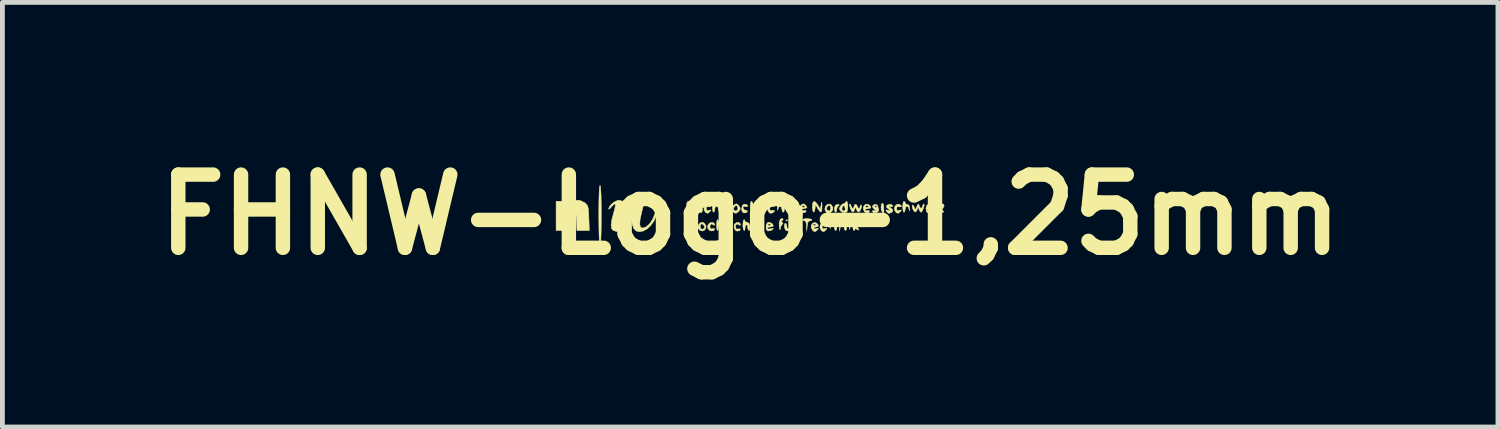
<source format=kicad_pcb>
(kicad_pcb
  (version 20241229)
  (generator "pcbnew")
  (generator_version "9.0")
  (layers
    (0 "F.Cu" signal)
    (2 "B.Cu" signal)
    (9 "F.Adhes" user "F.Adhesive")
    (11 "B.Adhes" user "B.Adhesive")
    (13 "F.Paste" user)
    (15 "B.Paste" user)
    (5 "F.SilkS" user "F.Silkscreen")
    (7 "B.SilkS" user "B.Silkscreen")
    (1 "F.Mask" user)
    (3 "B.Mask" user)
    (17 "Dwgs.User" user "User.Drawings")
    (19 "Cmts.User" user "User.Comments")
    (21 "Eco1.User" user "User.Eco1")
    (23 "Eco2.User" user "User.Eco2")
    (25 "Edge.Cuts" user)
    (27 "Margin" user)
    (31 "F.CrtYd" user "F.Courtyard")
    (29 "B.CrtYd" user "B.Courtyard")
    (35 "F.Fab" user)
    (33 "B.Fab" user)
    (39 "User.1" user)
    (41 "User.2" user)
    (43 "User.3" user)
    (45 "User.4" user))
  (footprint "FHNW-Logo-1,25mm"
    (layer "F.Cu")
    (at 12.562 1.418)
    (property "Reference" "FHNW-Logo-1,25mm" (at 0 0 0) (layer "F.SilkS") (effects (font (size 1.524 1.524) (thickness 0.3))))
    (attr through_hole)
    (fp_poly (pts (xy 0.838 0.114) (xy 0.826 0.127) (xy 0.813 0.114) (xy 0.826 0.102) (xy 0.838 0.114)) (stroke (width 0.01) (type solid)) (fill yes) (layer "F.SilkS"))
    (fp_poly (pts (xy 0.779 0.11) (xy 0.775 0.125) (xy 0.762 0.127) (xy 0.741 0.118) (xy 0.745 0.11) (xy 0.775 0.107) (xy 0.779 0.11)) (stroke (width 0.01) (type solid)) (fill yes) (layer "F.SilkS"))
    (fp_poly (pts (xy 2.074 0.085) (xy 2.077 0.115) (xy 2.074 0.119) (xy 2.059 0.115) (xy 2.057 0.102) (xy 2.067 0.081) (xy 2.074 0.085)) (stroke (width 0.01) (type solid)) (fill yes) (layer "F.SilkS"))
    (fp_poly (pts (xy 3.878 -0.271) (xy 3.874 -0.256) (xy 3.861 -0.254) (xy 3.84 -0.263) (xy 3.844 -0.271) (xy 3.874 -0.274) (xy 3.878 -0.271)) (stroke (width 0.01) (type solid)) (fill yes) (layer "F.SilkS"))
    (fp_poly (pts (xy 0.272 0.159) (xy 0.276 0.234) (xy 0.272 0.286) (xy 0.266 0.296) (xy 0.262 0.263) (xy 0.261 0.216) (xy 0.263 0.158) (xy 0.268 0.141) (xy 0.272 0.159)) (stroke (width 0.01) (type solid)) (fill yes) (layer "F.SilkS"))
    (fp_poly (pts (xy 2.075 0.197) (xy 2.079 0.263) (xy 2.075 0.299) (xy 2.068 0.305) (xy 2.064 0.268) (xy 2.064 0.241) (xy 2.066 0.192) (xy 2.072 0.185) (xy 2.075 0.197)) (stroke (width 0.01) (type solid)) (fill yes) (layer "F.SilkS"))
    (fp_poly (pts (xy 0.98 -0.257) (xy 0.989 -0.199) (xy 0.991 -0.165) (xy 0.986 -0.097) (xy 0.973 -0.056) (xy 0.965 -0.051) (xy 0.95 -0.074) (xy 0.941 -0.131) (xy 0.94 -0.165) (xy 0.945 -0.233) (xy 0.958 -0.274) (xy 0.965 -0.279) (xy 0.98 -0.257)) (stroke (width 0.01) (type solid)) (fill yes) (layer "F.SilkS"))
    (fp_poly (pts (xy 1.854 -0.201) (xy 1.835 -0.178) (xy 1.829 -0.178) (xy 1.81 -0.156) (xy 1.803 -0.114) (xy 1.795 -0.067) (xy 1.778 -0.051) (xy 1.76 -0.073) (xy 1.753 -0.124) (xy 1.766 -0.185) (xy 1.803 -0.211) (xy 1.844 -0.212) (xy 1.854 -0.201)) (stroke (width 0.01) (type solid)) (fill yes) (layer "F.SilkS"))
    (fp_poly (pts (xy 3.879 -0.181) (xy 3.886 -0.128) (xy 3.886 -0.127) (xy 3.879 -0.073) (xy 3.861 -0.051) (xy 3.861 -0.051) (xy 3.843 -0.073) (xy 3.835 -0.126) (xy 3.835 -0.127) (xy 3.843 -0.181) (xy 3.86 -0.203) (xy 3.861 -0.203) (xy 3.879 -0.181)) (stroke (width 0.01) (type solid)) (fill yes) (layer "F.SilkS"))
    (fp_poly (pts (xy 1.009 0.169) (xy 1.016 0.18) (xy 0.997 0.203) (xy 0.991 0.203) (xy 0.972 0.225) (xy 0.965 0.267) (xy 0.956 0.314) (xy 0.938 0.33) (xy 0.922 0.308) (xy 0.919 0.254) (xy 0.919 0.25) (xy 0.939 0.184) (xy 0.972 0.163) (xy 1.009 0.169)) (stroke (width 0.01) (type solid)) (fill yes) (layer "F.SilkS"))
    (fp_poly (pts (xy 2.77 -0.219) (xy 2.78 -0.162) (xy 2.781 -0.133) (xy 2.782 -0.067) (xy 2.781 -0.029) (xy 2.779 -0.025) (xy 2.762 -0.042) (xy 2.744 -0.062) (xy 2.727 -0.106) (xy 2.723 -0.165) (xy 2.732 -0.217) (xy 2.752 -0.241) (xy 2.755 -0.241) (xy 2.77 -0.219)) (stroke (width 0.01) (type solid)) (fill yes) (layer "F.SilkS"))
    (fp_poly (pts (xy 0.069 0.222) (xy 0.088 0.281) (xy 0.116 0.305) (xy 0.142 0.292) (xy 0.152 0.241) (xy 0.161 0.194) (xy 0.178 0.178) (xy 0.196 0.2) (xy 0.203 0.251) (xy 0.184 0.315) (xy 0.134 0.343) (xy 0.083 0.337) (xy 0.061 0.305) (xy 0.055 0.24) (xy 0.055 0.233) (xy 0.059 0.14) (xy 0.069 0.222)) (stroke (width 0.01) (type solid)) (fill yes) (layer "F.SilkS"))
    (fp_poly (pts (xy 0.685 0.096) (xy 0.686 0.102) (xy 0.666 0.125) (xy 0.654 0.127) (xy 0.641 0.136) (xy 0.66 0.153) (xy 0.683 0.18) (xy 0.669 0.197) (xy 0.643 0.235) (xy 0.63 0.279) (xy 0.623 0.315) (xy 0.616 0.306) (xy 0.605 0.254) (xy 0.603 0.173) (xy 0.62 0.11) (xy 0.652 0.078) (xy 0.661 0.076) (xy 0.685 0.096)) (stroke (width 0.01) (type solid)) (fill yes) (layer "F.SilkS"))
    (fp_poly (pts (xy 0.885 -0.149) (xy 0.878 -0.074) (xy 0.849 -0.041) (xy 0.81 -0.028) (xy 0.787 -0.036) (xy 0.767 -0.056) (xy 0.745 -0.098) (xy 0.737 -0.15) (xy 0.746 -0.192) (xy 0.762 -0.203) (xy 0.781 -0.181) (xy 0.787 -0.14) (xy 0.799 -0.088) (xy 0.825 -0.076) (xy 0.853 -0.102) (xy 0.871 -0.159) (xy 0.881 -0.241) (xy 0.885 -0.149)) (stroke (width 0.01) (type solid)) (fill yes) (layer "F.SilkS"))
    (fp_poly (pts (xy 1.224 0.084) (xy 1.271 0.094) (xy 1.284 0.104) (xy 1.275 0.122) (xy 1.248 0.127) (xy 1.214 0.137) (xy 1.195 0.174) (xy 1.187 0.235) (xy 1.177 0.343) (xy 1.173 0.235) (xy 1.163 0.161) (xy 1.142 0.129) (xy 1.13 0.127) (xy 1.096 0.115) (xy 1.092 0.104) (xy 1.114 0.089) (xy 1.165 0.082) (xy 1.224 0.084)) (stroke (width 0.01) (type solid)) (fill yes) (layer "F.SilkS"))
    (fp_poly (pts (xy -0.053 -0.192) (xy -0.051 -0.179) (xy -0.071 -0.167) (xy -0.104 -0.171) (xy -0.144 -0.173) (xy -0.149 -0.143) (xy -0.148 -0.137) (xy -0.12 -0.098) (xy -0.093 -0.093) (xy -0.06 -0.083) (xy -0.057 -0.069) (xy -0.091 -0.036) (xy -0.146 -0.042) (xy -0.172 -0.076) (xy -0.177 -0.132) (xy -0.164 -0.186) (xy -0.137 -0.213) (xy -0.085 -0.218) (xy -0.053 -0.192)) (stroke (width 0.01) (type solid)) (fill yes) (layer "F.SilkS"))
    (fp_poly (pts (xy 1.963 0.175) (xy 1.974 0.182) (xy 1.997 0.221) (xy 2.006 0.273) (xy 1.999 0.316) (xy 1.981 0.33) (xy 1.962 0.308) (xy 1.956 0.267) (xy 1.943 0.216) (xy 1.915 0.205) (xy 1.885 0.232) (xy 1.872 0.273) (xy 1.862 0.343) (xy 1.858 0.273) (xy 1.855 0.215) (xy 1.854 0.186) (xy 1.873 0.166) (xy 1.917 0.163) (xy 1.963 0.175)) (stroke (width 0.01) (type solid)) (fill yes) (layer "F.SilkS"))
    (fp_poly (pts (xy 4.03 -0.212) (xy 4.035 -0.173) (xy 4.007 -0.131) (xy 3.99 -0.099) (xy 4.013 -0.076) (xy 4.033 -0.057) (xy 4.007 -0.051) (xy 3.994 -0.051) (xy 3.949 -0.056) (xy 3.937 -0.065) (xy 3.948 -0.097) (xy 3.963 -0.129) (xy 3.977 -0.169) (xy 3.963 -0.178) (xy 3.938 -0.197) (xy 3.937 -0.203) (xy 3.958 -0.224) (xy 3.988 -0.229) (xy 4.03 -0.212)) (stroke (width 0.01) (type solid)) (fill yes) (layer "F.SilkS"))
    (fp_poly (pts (xy -0.758 0.17) (xy -0.737 0.204) (xy -0.737 0.206) (xy -0.746 0.222) (xy -0.771 0.207) (xy -0.811 0.191) (xy -0.834 0.222) (xy -0.838 0.26) (xy -0.827 0.295) (xy -0.787 0.292) (xy -0.747 0.289) (xy -0.737 0.3) (xy -0.757 0.331) (xy -0.804 0.339) (xy -0.846 0.326) (xy -0.883 0.281) (xy -0.882 0.223) (xy -0.851 0.178) (xy -0.803 0.16) (xy -0.758 0.17)) (stroke (width 0.01) (type solid)) (fill yes) (layer "F.SilkS"))
    (fp_poly (pts (xy -0.233 0.164) (xy -0.205 0.193) (xy -0.203 0.206) (xy -0.213 0.222) (xy -0.237 0.207) (xy -0.277 0.191) (xy -0.301 0.222) (xy -0.305 0.261) (xy -0.293 0.298) (xy -0.254 0.297) (xy -0.213 0.295) (xy -0.203 0.304) (xy -0.224 0.331) (xy -0.266 0.342) (xy -0.296 0.334) (xy -0.334 0.283) (xy -0.334 0.218) (xy -0.319 0.189) (xy -0.278 0.162) (xy -0.233 0.164)) (stroke (width 0.01) (type solid)) (fill yes) (layer "F.SilkS"))
    (fp_poly (pts (xy 0.86 0.214) (xy 0.861 0.232) (xy 0.856 0.299) (xy 0.831 0.331) (xy 0.815 0.337) (xy 0.762 0.335) (xy 0.739 0.322) (xy 0.718 0.281) (xy 0.712 0.229) (xy 0.721 0.188) (xy 0.737 0.178) (xy 0.755 0.2) (xy 0.762 0.243) (xy 0.772 0.291) (xy 0.796 0.297) (xy 0.823 0.266) (xy 0.842 0.214) (xy 0.852 0.169) (xy 0.857 0.168) (xy 0.86 0.214)) (stroke (width 0.01) (type solid)) (fill yes) (layer "F.SilkS"))
    (fp_poly (pts (xy -1.238 -0.276) (xy -1.192 -0.272) (xy -1.194 -0.266) (xy -1.213 -0.261) (xy -1.258 -0.24) (xy -1.27 -0.216) (xy -1.248 -0.185) (xy -1.213 -0.17) (xy -1.156 -0.159) (xy -1.213 -0.156) (xy -1.26 -0.137) (xy -1.27 -0.102) (xy -1.281 -0.06) (xy -1.295 -0.051) (xy -1.311 -0.074) (xy -1.32 -0.131) (xy -1.321 -0.165) (xy -1.319 -0.235) (xy -1.306 -0.268) (xy -1.274 -0.277) (xy -1.238 -0.276)) (stroke (width 0.01) (type solid)) (fill yes) (layer "F.SilkS"))
    (fp_poly (pts (xy 0.576 -0.247) (xy 0.597 -0.217) (xy 0.613 -0.218) (xy 0.65 -0.216) (xy 0.674 -0.202) (xy 0.7 -0.162) (xy 0.711 -0.11) (xy 0.705 -0.066) (xy 0.686 -0.051) (xy 0.667 -0.073) (xy 0.66 -0.114) (xy 0.648 -0.165) (xy 0.619 -0.176) (xy 0.59 -0.149) (xy 0.577 -0.108) (xy 0.571 -0.091) (xy 0.567 -0.118) (xy 0.566 -0.165) (xy 0.567 -0.228) (xy 0.572 -0.255) (xy 0.576 -0.247)) (stroke (width 0.01) (type solid)) (fill yes) (layer "F.SilkS"))
    (fp_poly (pts (xy 1.669 0.134) (xy 1.689 0.164) (xy 1.705 0.163) (xy 1.742 0.165) (xy 1.766 0.179) (xy 1.792 0.219) (xy 1.803 0.271) (xy 1.797 0.315) (xy 1.778 0.33) (xy 1.759 0.308) (xy 1.753 0.267) (xy 1.74 0.216) (xy 1.711 0.205) (xy 1.682 0.232) (xy 1.669 0.273) (xy 1.663 0.29) (xy 1.659 0.263) (xy 1.658 0.216) (xy 1.659 0.153) (xy 1.664 0.126) (xy 1.669 0.134)) (stroke (width 0.01) (type solid)) (fill yes) (layer "F.SilkS"))
    (fp_poly (pts (xy -0.854 -0.214) (xy -0.817 -0.188) (xy -0.819 -0.165) (xy -0.857 -0.163) (xy -0.864 -0.165) (xy -0.903 -0.167) (xy -0.914 -0.131) (xy -0.914 -0.127) (xy -0.906 -0.089) (xy -0.871 -0.087) (xy -0.857 -0.091) (xy -0.819 -0.1) (xy -0.821 -0.085) (xy -0.835 -0.067) (xy -0.876 -0.03) (xy -0.913 -0.037) (xy -0.935 -0.056) (xy -0.962 -0.109) (xy -0.955 -0.165) (xy -0.923 -0.206) (xy -0.872 -0.218) (xy -0.854 -0.214)) (stroke (width 0.01) (type solid)) (fill yes) (layer "F.SilkS"))
    (fp_poly (pts (xy 0.317 -0.197) (xy 0.323 -0.186) (xy 0.312 -0.166) (xy 0.275 -0.168) (xy 0.216 -0.179) (xy 0.273 -0.149) (xy 0.321 -0.109) (xy 0.325 -0.069) (xy 0.29 -0.041) (xy 0.25 -0.027) (xy 0.231 -0.032) (xy 0.22 -0.042) (xy 0.203 -0.075) (xy 0.23 -0.089) (xy 0.26 -0.086) (xy 0.318 -0.075) (xy 0.259 -0.105) (xy 0.218 -0.142) (xy 0.209 -0.176) (xy 0.235 -0.207) (xy 0.28 -0.215) (xy 0.317 -0.197)) (stroke (width 0.01) (type solid)) (fill yes) (layer "F.SilkS"))
    (fp_poly (pts (xy 0.467 -0.214) (xy 0.504 -0.188) (xy 0.499 -0.169) (xy 0.457 -0.17) (xy 0.418 -0.17) (xy 0.406 -0.131) (xy 0.406 -0.128) (xy 0.416 -0.088) (xy 0.452 -0.087) (xy 0.457 -0.089) (xy 0.499 -0.09) (xy 0.505 -0.069) (xy 0.473 -0.043) (xy 0.468 -0.041) (xy 0.429 -0.028) (xy 0.406 -0.036) (xy 0.386 -0.056) (xy 0.359 -0.109) (xy 0.365 -0.165) (xy 0.398 -0.206) (xy 0.449 -0.218) (xy 0.467 -0.214)) (stroke (width 0.01) (type solid)) (fill yes) (layer "F.SilkS"))
    (fp_poly (pts (xy 1.363 -0.261) (xy 1.41 -0.197) (xy 1.46 -0.114) (xy 1.476 -0.203) (xy 1.486 -0.252) (xy 1.491 -0.26) (xy 1.494 -0.221) (xy 1.495 -0.171) (xy 1.491 -0.089) (xy 1.474 -0.056) (xy 1.445 -0.072) (xy 1.404 -0.133) (xy 1.359 -0.216) (xy 1.351 -0.133) (xy 1.338 -0.07) (xy 1.321 -0.053) (xy 1.305 -0.078) (xy 1.296 -0.144) (xy 1.295 -0.165) (xy 1.303 -0.245) (xy 1.327 -0.277) (xy 1.363 -0.261)) (stroke (width 0.01) (type solid)) (fill yes) (layer "F.SilkS"))
    (fp_poly (pts (xy 1.579 0.17) (xy 1.6 0.204) (xy 1.6 0.206) (xy 1.59 0.222) (xy 1.566 0.207) (xy 1.526 0.191) (xy 1.503 0.222) (xy 1.499 0.26) (xy 1.508 0.294) (xy 1.546 0.293) (xy 1.556 0.29) (xy 1.594 0.281) (xy 1.592 0.296) (xy 1.578 0.314) (xy 1.537 0.351) (xy 1.5 0.344) (xy 1.478 0.325) (xy 1.45 0.266) (xy 1.464 0.203) (xy 1.486 0.178) (xy 1.534 0.16) (xy 1.579 0.17)) (stroke (width 0.01) (type solid)) (fill yes) (layer "F.SilkS"))
    (fp_poly (pts (xy 2.93 -0.214) (xy 2.969 -0.188) (xy 2.961 -0.169) (xy 2.915 -0.168) (xy 2.857 -0.179) (xy 2.915 -0.149) (xy 2.962 -0.109) (xy 2.967 -0.069) (xy 2.932 -0.041) (xy 2.891 -0.028) (xy 2.867 -0.038) (xy 2.842 -0.067) (xy 2.822 -0.096) (xy 2.84 -0.099) (xy 2.87 -0.091) (xy 2.934 -0.073) (xy 2.875 -0.121) (xy 2.836 -0.157) (xy 2.837 -0.183) (xy 2.852 -0.199) (xy 2.904 -0.217) (xy 2.93 -0.214)) (stroke (width 0.01) (type solid)) (fill yes) (layer "F.SilkS"))
    (fp_poly (pts (xy 3.108 -0.214) (xy 3.145 -0.188) (xy 3.143 -0.165) (xy 3.105 -0.163) (xy 3.099 -0.165) (xy 3.059 -0.167) (xy 3.048 -0.131) (xy 3.048 -0.127) (xy 3.056 -0.089) (xy 3.091 -0.087) (xy 3.105 -0.091) (xy 3.144 -0.1) (xy 3.141 -0.085) (xy 3.127 -0.067) (xy 3.086 -0.03) (xy 3.05 -0.037) (xy 3.028 -0.056) (xy 3 -0.109) (xy 3.007 -0.165) (xy 3.04 -0.206) (xy 3.09 -0.218) (xy 3.108 -0.214)) (stroke (width 0.01) (type solid)) (fill yes) (layer "F.SilkS"))
    (fp_poly (pts (xy -0.955 0.176) (xy -0.92 0.228) (xy -0.922 0.281) (xy -0.951 0.323) (xy -0.998 0.341) (xy -1.053 0.321) (xy -1.086 0.271) (xy -1.084 0.255) (xy -1.041 0.255) (xy -1.023 0.295) (xy -0.985 0.303) (xy -0.952 0.278) (xy -0.951 0.242) (xy -0.976 0.205) (xy -1.009 0.189) (xy -1.019 0.192) (xy -1.038 0.226) (xy -1.041 0.255) (xy -1.084 0.255) (xy -1.078 0.213) (xy -1.037 0.169) (xy -0.987 0.158) (xy -0.955 0.176)) (stroke (width 0.01) (type solid)) (fill yes) (layer "F.SilkS"))
    (fp_poly (pts (xy 0.048 -0.259) (xy 0.051 -0.244) (xy 0.071 -0.216) (xy 0.095 -0.212) (xy 0.127 -0.202) (xy 0.141 -0.157) (xy 0.143 -0.127) (xy 0.144 -0.078) (xy 0.141 -0.079) (xy 0.135 -0.108) (xy 0.114 -0.161) (xy 0.083 -0.177) (xy 0.057 -0.154) (xy 0.051 -0.114) (xy 0.042 -0.067) (xy 0.025 -0.051) (xy 0.01 -0.074) (xy 0.001 -0.131) (xy 0 -0.165) (xy 0.005 -0.233) (xy 0.018 -0.274) (xy 0.025 -0.279) (xy 0.048 -0.259)) (stroke (width 0.01) (type solid)) (fill yes) (layer "F.SilkS"))
    (fp_poly (pts (xy 3.223 -0.259) (xy 3.226 -0.244) (xy 3.246 -0.216) (xy 3.27 -0.212) (xy 3.302 -0.202) (xy 3.316 -0.157) (xy 3.318 -0.127) (xy 3.319 -0.078) (xy 3.316 -0.079) (xy 3.31 -0.108) (xy 3.289 -0.161) (xy 3.258 -0.177) (xy 3.232 -0.154) (xy 3.226 -0.114) (xy 3.217 -0.067) (xy 3.2 -0.051) (xy 3.185 -0.074) (xy 3.176 -0.131) (xy 3.175 -0.165) (xy 3.18 -0.233) (xy 3.193 -0.274) (xy 3.2 -0.279) (xy 3.223 -0.259)) (stroke (width 0.01) (type solid)) (fill yes) (layer "F.SilkS"))
    (fp_poly (pts (xy -0.739 -0.259) (xy -0.737 -0.244) (xy -0.716 -0.216) (xy -0.694 -0.212) (xy -0.656 -0.193) (xy -0.634 -0.133) (xy -0.628 -0.078) (xy -0.636 -0.051) (xy -0.638 -0.051) (xy -0.655 -0.073) (xy -0.66 -0.114) (xy -0.674 -0.165) (xy -0.699 -0.178) (xy -0.729 -0.156) (xy -0.737 -0.114) (xy -0.745 -0.067) (xy -0.762 -0.051) (xy -0.777 -0.074) (xy -0.786 -0.131) (xy -0.787 -0.165) (xy -0.782 -0.233) (xy -0.77 -0.274) (xy -0.762 -0.279) (xy -0.739 -0.259)) (stroke (width 0.01) (type solid)) (fill yes) (layer "F.SilkS"))
    (fp_poly (pts (xy -0.535 -0.259) (xy -0.533 -0.244) (xy -0.513 -0.216) (xy -0.491 -0.212) (xy -0.453 -0.193) (xy -0.43 -0.133) (xy -0.424 -0.078) (xy -0.433 -0.051) (xy -0.435 -0.051) (xy -0.452 -0.073) (xy -0.457 -0.114) (xy -0.47 -0.165) (xy -0.495 -0.178) (xy -0.526 -0.156) (xy -0.533 -0.114) (xy -0.54 -0.067) (xy -0.552 -0.051) (xy -0.564 -0.074) (xy -0.571 -0.131) (xy -0.572 -0.165) (xy -0.568 -0.233) (xy -0.558 -0.274) (xy -0.552 -0.279) (xy -0.535 -0.259)) (stroke (width 0.01) (type solid)) (fill yes) (layer "F.SilkS"))
    (fp_poly (pts (xy -3.116 -0.585) (xy -3.109 -0.511) (xy -3.103 -0.391) (xy -3.1 -0.227) (xy -3.099 -0.021) (xy -3.099 0.013) (xy -3.1 0.225) (xy -3.103 0.395) (xy -3.108 0.521) (xy -3.114 0.602) (xy -3.123 0.634) (xy -3.124 0.635) (xy -3.133 0.61) (xy -3.14 0.536) (xy -3.145 0.417) (xy -3.148 0.253) (xy -3.15 0.047) (xy -3.15 0.013) (xy -3.149 -0.199) (xy -3.146 -0.369) (xy -3.141 -0.496) (xy -3.134 -0.577) (xy -3.126 -0.609) (xy -3.124 -0.61) (xy -3.116 -0.585)) (stroke (width 0.01) (type solid)) (fill yes) (layer "F.SilkS"))
    (fp_poly (pts (xy -0.662 0.122) (xy -0.66 0.139) (xy -0.643 0.165) (xy -0.625 0.163) (xy -0.582 0.168) (xy -0.57 0.18) (xy -0.551 0.229) (xy -0.544 0.284) (xy -0.551 0.323) (xy -0.561 0.33) (xy -0.578 0.308) (xy -0.584 0.267) (xy -0.597 0.216) (xy -0.622 0.203) (xy -0.653 0.225) (xy -0.66 0.267) (xy -0.667 0.314) (xy -0.679 0.33) (xy -0.691 0.307) (xy -0.698 0.25) (xy -0.699 0.216) (xy -0.695 0.148) (xy -0.685 0.107) (xy -0.679 0.102) (xy -0.662 0.122)) (stroke (width 0.01) (type solid)) (fill yes) (layer "F.SilkS"))
    (fp_poly (pts (xy -0.244 -0.198) (xy -0.24 -0.192) (xy -0.208 -0.14) (xy -0.213 -0.101) (xy -0.243 -0.065) (xy -0.291 -0.03) (xy -0.331 -0.038) (xy -0.355 -0.062) (xy -0.374 -0.114) (xy -0.348 -0.114) (xy -0.344 -0.103) (xy -0.307 -0.077) (xy -0.269 -0.088) (xy -0.254 -0.126) (xy -0.264 -0.173) (xy -0.277 -0.189) (xy -0.308 -0.185) (xy -0.337 -0.153) (xy -0.348 -0.114) (xy -0.374 -0.114) (xy -0.377 -0.123) (xy -0.356 -0.184) (xy -0.322 -0.213) (xy -0.28 -0.226) (xy -0.244 -0.198)) (stroke (width 0.01) (type solid)) (fill yes) (layer "F.SilkS"))
    (fp_poly (pts (xy -0.11 0.117) (xy -0.113 0.125) (xy -0.104 0.146) (xy -0.07 0.157) (xy -0.027 0.176) (xy -0.007 0.227) (xy -0.005 0.248) (xy -0.006 0.304) (xy -0.022 0.33) (xy -0.024 0.33) (xy -0.044 0.308) (xy -0.051 0.265) (xy -0.061 0.217) (xy -0.083 0.21) (xy -0.105 0.24) (xy -0.106 0.275) (xy -0.11 0.318) (xy -0.125 0.33) (xy -0.142 0.307) (xy -0.151 0.249) (xy -0.152 0.216) (xy -0.147 0.147) (xy -0.133 0.107) (xy -0.126 0.102) (xy -0.11 0.117)) (stroke (width 0.01) (type solid)) (fill yes) (layer "F.SilkS"))
    (fp_poly (pts (xy 1.687 -0.205) (xy 1.723 -0.15) (xy 1.717 -0.091) (xy 1.678 -0.052) (xy 1.63 -0.029) (xy 1.602 -0.034) (xy 1.576 -0.062) (xy 1.554 -0.117) (xy 1.555 -0.124) (xy 1.589 -0.124) (xy 1.592 -0.112) (xy 1.622 -0.08) (xy 1.657 -0.083) (xy 1.676 -0.119) (xy 1.676 -0.123) (xy 1.668 -0.171) (xy 1.66 -0.186) (xy 1.63 -0.189) (xy 1.601 -0.163) (xy 1.589 -0.124) (xy 1.555 -0.124) (xy 1.565 -0.171) (xy 1.6 -0.21) (xy 1.647 -0.223) (xy 1.687 -0.205)) (stroke (width 0.01) (type solid)) (fill yes) (layer "F.SilkS"))
    (fp_poly (pts (xy 2.179 0.123) (xy 2.184 0.156) (xy 2.19 0.192) (xy 2.214 0.185) (xy 2.223 0.178) (xy 2.253 0.163) (xy 2.259 0.181) (xy 2.236 0.217) (xy 2.233 0.221) (xy 2.219 0.251) (xy 2.233 0.265) (xy 2.259 0.3) (xy 2.261 0.309) (xy 2.246 0.32) (xy 2.223 0.305) (xy 2.191 0.288) (xy 2.184 0.302) (xy 2.167 0.329) (xy 2.159 0.33) (xy 2.144 0.307) (xy 2.135 0.25) (xy 2.134 0.216) (xy 2.139 0.148) (xy 2.151 0.107) (xy 2.159 0.102) (xy 2.179 0.123)) (stroke (width 0.01) (type solid)) (fill yes) (layer "F.SilkS"))
    (fp_poly (pts (xy 2.477 -0.203) (xy 2.512 -0.161) (xy 2.498 -0.134) (xy 2.451 -0.127) (xy 2.403 -0.117) (xy 2.388 -0.099) (xy 2.408 -0.081) (xy 2.44 -0.084) (xy 2.479 -0.085) (xy 2.483 -0.069) (xy 2.452 -0.035) (xy 2.405 -0.043) (xy 2.38 -0.062) (xy 2.353 -0.114) (xy 2.358 -0.167) (xy 2.367 -0.178) (xy 2.401 -0.178) (xy 2.406 -0.156) (xy 2.424 -0.152) (xy 2.459 -0.158) (xy 2.464 -0.164) (xy 2.445 -0.187) (xy 2.412 -0.188) (xy 2.401 -0.178) (xy 2.367 -0.178) (xy 2.388 -0.207) (xy 2.433 -0.222) (xy 2.477 -0.203)) (stroke (width 0.01) (type solid)) (fill yes) (layer "F.SilkS"))
    (fp_poly (pts (xy -1.128 0.124) (xy -1.119 0.182) (xy -1.118 0.216) (xy -1.123 0.284) (xy -1.135 0.325) (xy -1.143 0.33) (xy -1.164 0.309) (xy -1.168 0.279) (xy -1.186 0.237) (xy -1.219 0.229) (xy -1.262 0.247) (xy -1.27 0.279) (xy -1.281 0.321) (xy -1.295 0.33) (xy -1.311 0.307) (xy -1.32 0.25) (xy -1.321 0.216) (xy -1.316 0.148) (xy -1.303 0.107) (xy -1.295 0.102) (xy -1.275 0.123) (xy -1.27 0.152) (xy -1.252 0.195) (xy -1.219 0.203) (xy -1.177 0.185) (xy -1.168 0.152) (xy -1.158 0.111) (xy -1.143 0.102) (xy -1.128 0.124)) (stroke (width 0.01) (type solid)) (fill yes) (layer "F.SilkS"))
    (fp_poly (pts (xy 1.153 -0.198) (xy 1.159 -0.191) (xy 1.182 -0.153) (xy 1.165 -0.137) (xy 1.132 -0.132) (xy 1.083 -0.117) (xy 1.067 -0.097) (xy 1.087 -0.081) (xy 1.118 -0.084) (xy 1.16 -0.084) (xy 1.165 -0.064) (xy 1.133 -0.043) (xy 1.085 -0.045) (xy 1.054 -0.061) (xy 1.022 -0.11) (xy 1.031 -0.167) (xy 1.041 -0.178) (xy 1.08 -0.178) (xy 1.085 -0.156) (xy 1.103 -0.152) (xy 1.138 -0.158) (xy 1.143 -0.164) (xy 1.124 -0.187) (xy 1.091 -0.188) (xy 1.08 -0.178) (xy 1.041 -0.178) (xy 1.075 -0.213) (xy 1.116 -0.226) (xy 1.153 -0.198)) (stroke (width 0.01) (type solid)) (fill yes) (layer "F.SilkS"))
    (fp_poly (pts (xy 1.388 0.18) (xy 1.42 0.222) (xy 1.407 0.248) (xy 1.372 0.254) (xy 1.33 0.265) (xy 1.321 0.281) (xy 1.341 0.296) (xy 1.378 0.29) (xy 1.417 0.281) (xy 1.414 0.296) (xy 1.4 0.314) (xy 1.359 0.351) (xy 1.323 0.344) (xy 1.3 0.325) (xy 1.272 0.273) (xy 1.274 0.219) (xy 1.285 0.203) (xy 1.308 0.203) (xy 1.314 0.225) (xy 1.332 0.229) (xy 1.367 0.223) (xy 1.372 0.217) (xy 1.353 0.194) (xy 1.319 0.193) (xy 1.308 0.203) (xy 1.285 0.203) (xy 1.301 0.178) (xy 1.343 0.162) (xy 1.388 0.18)) (stroke (width 0.01) (type solid)) (fill yes) (layer "F.SilkS"))
    (fp_poly (pts (xy 2.022 -0.257) (xy 2.031 -0.2) (xy 2.032 -0.168) (xy 2.027 -0.095) (xy 2.01 -0.057) (xy 1.981 -0.043) (xy 1.922 -0.049) (xy 1.892 -0.068) (xy 1.861 -0.104) (xy 1.86 -0.133) (xy 1.91 -0.133) (xy 1.916 -0.087) (xy 1.943 -0.076) (xy 1.975 -0.094) (xy 1.977 -0.133) (xy 1.961 -0.178) (xy 1.943 -0.191) (xy 1.92 -0.169) (xy 1.91 -0.133) (xy 1.86 -0.133) (xy 1.86 -0.136) (xy 1.88 -0.179) (xy 1.917 -0.219) (xy 1.944 -0.229) (xy 1.977 -0.243) (xy 1.981 -0.254) (xy 2.001 -0.279) (xy 2.007 -0.279) (xy 2.022 -0.257)) (stroke (width 0.01) (type solid)) (fill yes) (layer "F.SilkS"))
    (fp_poly (pts (xy 3.749 -0.212) (xy 3.794 -0.184) (xy 3.81 -0.149) (xy 3.788 -0.133) (xy 3.747 -0.127) (xy 3.699 -0.117) (xy 3.683 -0.099) (xy 3.704 -0.082) (xy 3.751 -0.088) (xy 3.796 -0.096) (xy 3.801 -0.085) (xy 3.786 -0.065) (xy 3.751 -0.032) (xy 3.712 -0.034) (xy 3.689 -0.042) (xy 3.664 -0.076) (xy 3.658 -0.132) (xy 3.665 -0.158) (xy 3.694 -0.158) (xy 3.719 -0.154) (xy 3.752 -0.159) (xy 3.752 -0.168) (xy 3.718 -0.174) (xy 3.704 -0.17) (xy 3.694 -0.158) (xy 3.665 -0.158) (xy 3.672 -0.186) (xy 3.699 -0.214) (xy 3.749 -0.212)) (stroke (width 0.01) (type solid)) (fill yes) (layer "F.SilkS"))
    (fp_poly (pts (xy -0.401 0.182) (xy -0.393 0.203) (xy -0.38 0.258) (xy -0.373 0.272) (xy -0.376 0.304) (xy -0.41 0.331) (xy -0.458 0.341) (xy -0.476 0.337) (xy -0.507 0.315) (xy -0.496 0.297) (xy -0.451 0.295) (xy -0.451 0.295) (xy -0.394 0.306) (xy -0.452 0.276) (xy -0.493 0.239) (xy -0.502 0.205) (xy -0.5 0.202) (xy -0.457 0.202) (xy -0.439 0.228) (xy -0.432 0.229) (xy -0.407 0.22) (xy -0.406 0.217) (xy -0.424 0.196) (xy -0.432 0.191) (xy -0.455 0.193) (xy -0.457 0.202) (xy -0.5 0.202) (xy -0.478 0.174) (xy -0.436 0.166) (xy -0.401 0.182)) (stroke (width 0.01) (type solid)) (fill yes) (layer "F.SilkS"))
    (fp_poly (pts (xy 0.416 0.164) (xy 0.463 0.193) (xy 0.483 0.232) (xy 0.461 0.248) (xy 0.419 0.254) (xy 0.371 0.264) (xy 0.356 0.282) (xy 0.376 0.299) (xy 0.419 0.294) (xy 0.466 0.287) (xy 0.483 0.291) (xy 0.462 0.314) (xy 0.416 0.333) (xy 0.37 0.339) (xy 0.362 0.337) (xy 0.337 0.306) (xy 0.331 0.25) (xy 0.34 0.203) (xy 0.369 0.203) (xy 0.374 0.225) (xy 0.392 0.229) (xy 0.427 0.223) (xy 0.432 0.217) (xy 0.413 0.194) (xy 0.38 0.193) (xy 0.369 0.203) (xy 0.34 0.203) (xy 0.342 0.194) (xy 0.369 0.161) (xy 0.416 0.164)) (stroke (width 0.01) (type solid)) (fill yes) (layer "F.SilkS"))
    (fp_poly (pts (xy 2.647 -0.199) (xy 2.655 -0.178) (xy 2.668 -0.123) (xy 2.675 -0.109) (xy 2.672 -0.077) (xy 2.638 -0.05) (xy 2.59 -0.04) (xy 2.572 -0.044) (xy 2.541 -0.066) (xy 2.552 -0.084) (xy 2.597 -0.086) (xy 2.597 -0.086) (xy 2.654 -0.075) (xy 2.596 -0.105) (xy 2.555 -0.142) (xy 2.546 -0.176) (xy 2.548 -0.179) (xy 2.591 -0.179) (xy 2.609 -0.153) (xy 2.616 -0.152) (xy 2.641 -0.161) (xy 2.642 -0.164) (xy 2.624 -0.185) (xy 2.616 -0.191) (xy 2.593 -0.188) (xy 2.591 -0.179) (xy 2.548 -0.179) (xy 2.57 -0.207) (xy 2.612 -0.215) (xy 2.647 -0.199)) (stroke (width 0.01) (type solid)) (fill yes) (layer "F.SilkS"))
    (fp_poly (pts (xy -3.535 -0.295) (xy -3.442 -0.248) (xy -3.437 -0.244) (xy -3.404 -0.213) (xy -3.383 -0.18) (xy -3.37 -0.134) (xy -3.363 -0.062) (xy -3.358 0.046) (xy -3.357 0.074) (xy -3.348 0.33) (xy -3.605 0.33) (xy -3.612 0.136) (xy -3.619 0.028) (xy -3.632 -0.04) (xy -3.652 -0.077) (xy -3.662 -0.085) (xy -3.716 -0.1) (xy -3.754 -0.069) (xy -3.777 0.01) (xy -3.785 0.137) (xy -3.785 0.143) (xy -3.785 0.33) (xy -4.039 0.33) (xy -4.039 -0.279) (xy -3.912 -0.279) (xy -3.837 -0.275) (xy -3.792 -0.262) (xy -3.785 -0.253) (xy -3.767 -0.245) (xy -3.728 -0.265) (xy -3.636 -0.301) (xy -3.535 -0.295)) (stroke (width 0.01) (type solid)) (fill yes) (layer "F.SilkS"))
    (fp_poly (pts (xy 2.087 -0.216) (xy 2.099 -0.183) (xy 2.121 -0.139) (xy 2.145 -0.129) (xy 2.159 -0.157) (xy 2.159 -0.164) (xy 2.173 -0.207) (xy 2.201 -0.216) (xy 2.226 -0.184) (xy 2.227 -0.18) (xy 2.249 -0.137) (xy 2.273 -0.129) (xy 2.286 -0.161) (xy 2.286 -0.165) (xy 2.299 -0.199) (xy 2.31 -0.203) (xy 2.32 -0.182) (xy 2.308 -0.127) (xy 2.277 -0.066) (xy 2.247 -0.056) (xy 2.217 -0.095) (xy 2.213 -0.108) (xy 2.192 -0.164) (xy 2.174 -0.108) (xy 2.149 -0.059) (xy 2.121 -0.061) (xy 2.092 -0.114) (xy 2.085 -0.131) (xy 2.07 -0.189) (xy 2.07 -0.224) (xy 2.071 -0.225) (xy 2.087 -0.216)) (stroke (width 0.01) (type solid)) (fill yes) (layer "F.SilkS"))
    (fp_poly (pts (xy 3.621 -0.194) (xy 3.607 -0.14) (xy 3.585 -0.086) (xy 3.562 -0.053) (xy 3.555 -0.051) (xy 3.532 -0.072) (xy 3.516 -0.108) (xy 3.498 -0.164) (xy 3.477 -0.108) (xy 3.448 -0.059) (xy 3.418 -0.061) (xy 3.387 -0.113) (xy 3.382 -0.127) (xy 3.37 -0.179) (xy 3.376 -0.203) (xy 3.378 -0.203) (xy 3.402 -0.182) (xy 3.418 -0.148) (xy 3.431 -0.113) (xy 3.445 -0.118) (xy 3.468 -0.166) (xy 3.469 -0.167) (xy 3.492 -0.216) (xy 3.505 -0.221) (xy 3.518 -0.186) (xy 3.519 -0.184) (xy 3.544 -0.135) (xy 3.569 -0.136) (xy 3.59 -0.183) (xy 3.606 -0.221) (xy 3.619 -0.225) (xy 3.621 -0.194)) (stroke (width 0.01) (type solid)) (fill yes) (layer "F.SilkS"))
    (fp_poly (pts (xy -1.047 -0.213) (xy -1.017 -0.177) (xy -0.998 -0.126) (xy -0.993 -0.078) (xy -1.007 -0.052) (xy -1.012 -0.051) (xy -1.057 -0.042) (xy -1.077 -0.035) (xy -1.119 -0.041) (xy -1.132 -0.06) (xy -1.134 -0.102) (xy -1.105 -0.102) (xy -1.099 -0.08) (xy -1.081 -0.076) (xy -1.046 -0.089) (xy -1.041 -0.102) (xy -1.06 -0.126) (xy -1.065 -0.127) (xy -1.1 -0.109) (xy -1.105 -0.102) (xy -1.134 -0.102) (xy -1.135 -0.116) (xy -1.099 -0.149) (xy -1.077 -0.152) (xy -1.051 -0.165) (xy -1.053 -0.177) (xy -1.086 -0.19) (xy -1.112 -0.186) (xy -1.141 -0.179) (xy -1.128 -0.2) (xy -1.123 -0.205) (xy -1.083 -0.227) (xy -1.047 -0.213)) (stroke (width 0.01) (type solid)) (fill yes) (layer "F.SilkS"))
    (fp_poly (pts (xy -2.667 -0.284) (xy -2.633 -0.25) (xy -2.625 -0.188) (xy -2.64 -0.094) (xy -2.665 -0.002) (xy -2.698 0.127) (xy -2.709 0.213) (xy -2.699 0.258) (xy -2.666 0.264) (xy -2.642 0.254) (xy -2.612 0.222) (xy -2.569 0.155) (xy -2.517 0.065) (xy -2.465 -0.037) (xy -2.418 -0.137) (xy -2.382 -0.225) (xy -2.379 -0.235) (xy -2.351 -0.261) (xy -2.3 -0.278) (xy -2.248 -0.281) (xy -2.214 -0.269) (xy -2.21 -0.258) (xy -2.216 -0.225) (xy -2.232 -0.156) (xy -2.254 -0.064) (xy -2.261 -0.036) (xy -2.292 0.105) (xy -2.298 0.203) (xy -2.281 0.261) (xy -2.24 0.279) (xy -2.166 0.256) (xy -2.093 0.191) (xy -2.029 0.096) (xy -1.982 -0.022) (xy -1.971 -0.066) (xy -1.963 -0.12) (xy -1.979 -0.14) (xy -2.009 -0.142) (xy -2.068 -0.157) (xy -2.099 -0.198) (xy -2.093 -0.249) (xy -2.078 -0.27) (xy -2.023 -0.298) (xy -1.972 -0.279) (xy -1.93 -0.216) (xy -1.929 -0.213) (xy -1.918 -0.151) (xy -1.928 -0.07) (xy -1.945 -0.003) (xy -1.994 0.117) (xy -2.061 0.216) (xy -2.139 0.291) (xy -2.222 0.338) (xy -2.301 0.355) (xy -2.371 0.339) (xy -2.425 0.287) (xy -2.454 0.201) (xy -2.471 0.099) (xy -2.515 0.173) (xy -2.594 0.272) (xy -2.683 0.333) (xy -2.774 0.351) (xy -2.851 0.328) (xy -2.885 0.286) (xy -2.894 0.212) (xy -2.878 0.101) (xy -2.843 -0.031) (xy -2.819 -0.12) (xy -2.806 -0.188) (xy -2.806 -0.223) (xy -2.807 -0.225) (xy -2.832 -0.218) (xy -2.872 -0.18) (xy -2.885 -0.165) (xy -2.923 -0.125) (xy -2.945 -0.117) (xy -2.946 -0.123) (xy -2.925 -0.175) (xy -2.873 -0.231) (xy -2.807 -0.277) (xy -2.744 -0.3) (xy -2.727 -0.3) (xy -2.667 -0.284)) (stroke (width 0.01) (type solid)) (fill yes) (layer "F.SilkS")))
  (gr_rect
    (start -3 -3)
    (end 28.124 5.836)
    (stroke (width 0.1) (type default))
    (fill no)
    (layer "Edge.Cuts")))
</source>
